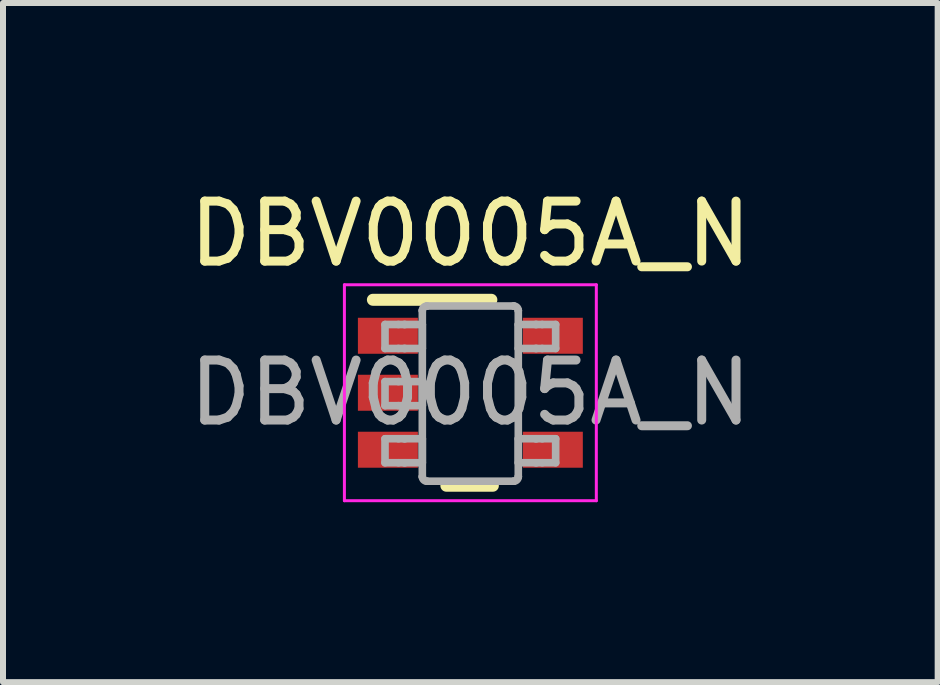
<source format=kicad_pcb>
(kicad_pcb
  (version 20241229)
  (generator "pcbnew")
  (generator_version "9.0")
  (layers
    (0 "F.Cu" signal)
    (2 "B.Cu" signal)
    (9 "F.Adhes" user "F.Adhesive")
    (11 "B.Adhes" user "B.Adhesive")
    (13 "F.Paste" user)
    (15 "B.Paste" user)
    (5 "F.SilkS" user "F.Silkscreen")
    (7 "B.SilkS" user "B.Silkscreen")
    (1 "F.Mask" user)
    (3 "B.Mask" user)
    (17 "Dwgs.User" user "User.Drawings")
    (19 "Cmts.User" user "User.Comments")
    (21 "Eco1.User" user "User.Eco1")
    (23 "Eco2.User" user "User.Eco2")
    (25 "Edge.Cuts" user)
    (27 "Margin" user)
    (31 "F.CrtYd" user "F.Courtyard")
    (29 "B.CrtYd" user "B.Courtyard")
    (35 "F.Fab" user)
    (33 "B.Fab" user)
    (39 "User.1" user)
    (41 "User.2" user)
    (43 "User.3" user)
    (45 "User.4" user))
  (footprint "DBV0005A_N"
    (layer "F.Cu")
    (at 4.792 3.498)
    (property "Reference" "DBV0005A_N" (at 0 -2.65 0) (unlocked yes) (layer "F.SilkS") (effects (font (size 1 1) (thickness 0.15))))
    (attr smd)
    (fp_line (start -1.625 -1.55) (end 0.35 -1.55) (stroke (width 0.2) (type solid)) (layer "F.SilkS"))
    (fp_line (start -0.4 1.55) (end 0.375 1.55) (stroke (width 0.2) (type solid)) (layer "F.SilkS"))
    (fp_line (start -2.1 -1.8) (end 2.1 -1.8) (stroke (width 0.05) (type solid)) (layer "F.CrtYd"))
    (fp_line (start -2.1 1.8) (end -2.1 -1.8) (stroke (width 0.05) (type solid)) (layer "F.CrtYd"))
    (fp_line (start -2.1 1.8) (end 2.1 1.8) (stroke (width 0.05) (type solid)) (layer "F.CrtYd"))
    (fp_line (start 2.1 1.8) (end 2.1 -1.8) (stroke (width 0.05) (type solid)) (layer "F.CrtYd"))
    (fp_line (start -1.423 -1.138) (end -1.199 -1.138) (stroke (width 0.127) (type solid)) (layer "F.Fab"))
    (fp_line (start -1.423 -0.738) (end -1.423 -1.138) (stroke (width 0.127) (type solid)) (layer "F.Fab"))
    (fp_line (start -1.423 -0.738) (end -1.199 -0.738) (stroke (width 0.127) (type solid)) (layer "F.Fab"))
    (fp_line (start -1.423 -0.186) (end -1.199 -0.186) (stroke (width 0.127) (type solid)) (layer "F.Fab"))
    (fp_line (start -1.423 0.215) (end -1.423 -0.186) (stroke (width 0.127) (type solid)) (layer "F.Fab"))
    (fp_line (start -1.423 0.215) (end -1.199 0.215) (stroke (width 0.127) (type solid)) (layer "F.Fab"))
    (fp_line (start -1.423 0.767) (end -1.199 0.767) (stroke (width 0.127) (type solid)) (layer "F.Fab"))
    (fp_line (start -1.423 1.167) (end -1.423 0.767) (stroke (width 0.127) (type solid)) (layer "F.Fab"))
    (fp_line (start -1.423 1.167) (end -1.199 1.167) (stroke (width 0.127) (type solid)) (layer "F.Fab"))
    (fp_line (start -1.199 -1.138) (end -1.105 -1.138) (stroke (width 0.127) (type solid)) (layer "F.Fab"))
    (fp_line (start -1.199 -0.738) (end -1.105 -0.738) (stroke (width 0.127) (type solid)) (layer "F.Fab"))
    (fp_line (start -1.199 -0.186) (end -1.105 -0.186) (stroke (width 0.127) (type solid)) (layer "F.Fab"))
    (fp_line (start -1.199 0.215) (end -1.105 0.215) (stroke (width 0.127) (type solid)) (layer "F.Fab"))
    (fp_line (start -1.199 0.767) (end -1.105 0.767) (stroke (width 0.127) (type solid)) (layer "F.Fab"))
    (fp_line (start -1.199 1.167) (end -1.105 1.167) (stroke (width 0.127) (type solid)) (layer "F.Fab"))
    (fp_line (start -1.105 -1.138) (end -1.088 -1.138) (stroke (width 0.127) (type solid)) (layer "F.Fab"))
    (fp_line (start -1.105 -0.738) (end -1.088 -0.738) (stroke (width 0.127) (type solid)) (layer "F.Fab"))
    (fp_line (start -1.105 -0.186) (end -1.088 -0.186) (stroke (width 0.127) (type solid)) (layer "F.Fab"))
    (fp_line (start -1.105 0.215) (end -1.088 0.215) (stroke (width 0.127) (type solid)) (layer "F.Fab"))
    (fp_line (start -1.105 0.767) (end -1.088 0.767) (stroke (width 0.127) (type solid)) (layer "F.Fab"))
    (fp_line (start -1.105 1.167) (end -1.088 1.167) (stroke (width 0.127) (type solid)) (layer "F.Fab"))
    (fp_line (start -1.088 -1.138) (end -0.835 -1.138) (stroke (width 0.127) (type solid)) (layer "F.Fab"))
    (fp_line (start -1.088 -0.738) (end -0.835 -0.738) (stroke (width 0.127) (type solid)) (layer "F.Fab"))
    (fp_line (start -1.088 -0.186) (end -0.835 -0.186) (stroke (width 0.127) (type solid)) (layer "F.Fab"))
    (fp_line (start -1.088 0.215) (end -0.835 0.215) (stroke (width 0.127) (type solid)) (layer "F.Fab"))
    (fp_line (start -1.088 0.767) (end -0.835 0.767) (stroke (width 0.127) (type solid)) (layer "F.Fab"))
    (fp_line (start -1.088 1.167) (end -0.835 1.167) (stroke (width 0.127) (type solid)) (layer "F.Fab"))
    (fp_line (start -0.835 -1.138) (end -0.801 -1.138) (stroke (width 0.127) (type solid)) (layer "F.Fab"))
    (fp_line (start -0.835 -0.738) (end -0.801 -0.738) (stroke (width 0.127) (type solid)) (layer "F.Fab"))
    (fp_line (start -0.835 -0.186) (end -0.801 -0.186) (stroke (width 0.127) (type solid)) (layer "F.Fab"))
    (fp_line (start -0.835 0.215) (end -0.801 0.215) (stroke (width 0.127) (type solid)) (layer "F.Fab"))
    (fp_line (start -0.835 0.767) (end -0.801 0.767) (stroke (width 0.127) (type solid)) (layer "F.Fab"))
    (fp_line (start -0.835 1.167) (end -0.801 1.167) (stroke (width 0.127) (type solid)) (layer "F.Fab"))
    (fp_line (start -0.801 -1.37) (end -0.801 -1.371) (stroke (width 0.127) (type solid)) (layer "F.Fab"))
    (fp_line (start -0.801 -0.738) (end -0.801 -1.138) (stroke (width 0.127) (type solid)) (layer "F.Fab"))
    (fp_line (start -0.801 0.215) (end -0.801 -0.186) (stroke (width 0.127) (type solid)) (layer "F.Fab"))
    (fp_line (start -0.801 1.167) (end -0.801 0.767) (stroke (width 0.127) (type solid)) (layer "F.Fab"))
    (fp_line (start -0.801 1.399) (end -0.801 -1.37) (stroke (width 0.127) (type solid)) (layer "F.Fab"))
    (fp_line (start -0.801 1.4) (end -0.801 1.399) (stroke (width 0.127) (type solid)) (layer "F.Fab"))
    (fp_line (start -0.725 -1.446) (end -0.725 -1.446) (stroke (width 0.127) (type solid)) (layer "F.Fab"))
    (fp_line (start -0.725 1.475) (end -0.725 1.475) (stroke (width 0.127) (type solid)) (layer "F.Fab"))
    (fp_line (start -0.725 -1.446) (end 0.723 -1.446) (stroke (width 0.127) (type solid)) (layer "F.Fab"))
    (fp_line (start -0.725 1.475) (end 0.723 1.475) (stroke (width 0.127) (type solid)) (layer "F.Fab"))
    (fp_line (start 0.723 -1.446) (end 0.724 -1.446) (stroke (width 0.127) (type solid)) (layer "F.Fab"))
    (fp_line (start 0.723 1.475) (end 0.724 1.475) (stroke (width 0.127) (type solid)) (layer "F.Fab"))
    (fp_line (start 0.799 -1.37) (end 0.799 -1.371) (stroke (width 0.127) (type solid)) (layer "F.Fab"))
    (fp_line (start 0.799 -1.138) (end 0.834 -1.138) (stroke (width 0.127) (type solid)) (layer "F.Fab"))
    (fp_line (start 0.799 -0.738) (end 0.799 -1.138) (stroke (width 0.127) (type solid)) (layer "F.Fab"))
    (fp_line (start 0.799 -0.738) (end 0.834 -0.738) (stroke (width 0.127) (type solid)) (layer "F.Fab"))
    (fp_line (start 0.799 0.767) (end 0.834 0.767) (stroke (width 0.127) (type solid)) (layer "F.Fab"))
    (fp_line (start 0.799 1.167) (end 0.799 0.767) (stroke (width 0.127) (type solid)) (layer "F.Fab"))
    (fp_line (start 0.799 1.167) (end 0.834 1.167) (stroke (width 0.127) (type solid)) (layer "F.Fab"))
    (fp_line (start 0.799 1.399) (end 0.799 -1.37) (stroke (width 0.127) (type solid)) (layer "F.Fab"))
    (fp_line (start 0.799 1.4) (end 0.799 1.399) (stroke (width 0.127) (type solid)) (layer "F.Fab"))
    (fp_line (start 0.834 -1.138) (end 1.087 -1.138) (stroke (width 0.127) (type solid)) (layer "F.Fab"))
    (fp_line (start 0.834 -0.738) (end 1.087 -0.738) (stroke (width 0.127) (type solid)) (layer "F.Fab"))
    (fp_line (start 0.834 0.767) (end 1.087 0.767) (stroke (width 0.127) (type solid)) (layer "F.Fab"))
    (fp_line (start 0.834 1.167) (end 1.087 1.167) (stroke (width 0.127) (type solid)) (layer "F.Fab"))
    (fp_line (start 1.087 -1.138) (end 1.103 -1.138) (stroke (width 0.127) (type solid)) (layer "F.Fab"))
    (fp_line (start 1.087 -0.738) (end 1.103 -0.738) (stroke (width 0.127) (type solid)) (layer "F.Fab"))
    (fp_line (start 1.087 0.767) (end 1.103 0.767) (stroke (width 0.127) (type solid)) (layer "F.Fab"))
    (fp_line (start 1.087 1.167) (end 1.103 1.167) (stroke (width 0.127) (type solid)) (layer "F.Fab"))
    (fp_line (start 1.103 -1.138) (end 1.198 -1.138) (stroke (width 0.127) (type solid)) (layer "F.Fab"))
    (fp_line (start 1.103 -0.738) (end 1.198 -0.738) (stroke (width 0.127) (type solid)) (layer "F.Fab"))
    (fp_line (start 1.103 0.767) (end 1.198 0.767) (stroke (width 0.127) (type solid)) (layer "F.Fab"))
    (fp_line (start 1.103 1.167) (end 1.198 1.167) (stroke (width 0.127) (type solid)) (layer "F.Fab"))
    (fp_line (start 1.198 -1.138) (end 1.422 -1.138) (stroke (width 0.127) (type solid)) (layer "F.Fab"))
    (fp_line (start 1.198 -0.738) (end 1.422 -0.738) (stroke (width 0.127) (type solid)) (layer "F.Fab"))
    (fp_line (start 1.198 0.767) (end 1.422 0.767) (stroke (width 0.127) (type solid)) (layer "F.Fab"))
    (fp_line (start 1.198 1.167) (end 1.422 1.167) (stroke (width 0.127) (type solid)) (layer "F.Fab"))
    (fp_line (start 1.422 -0.738) (end 1.422 -1.138) (stroke (width 0.127) (type solid)) (layer "F.Fab"))
    (fp_line (start 1.422 1.167) (end 1.422 0.767) (stroke (width 0.127) (type solid)) (layer "F.Fab"))
    (fp_arc (start -0.80074 -1.37084) (mid -0.778218 -1.423887) (end -0.724999 -1.445998) (stroke (width 0.127) (type solid)) (layer "F.Fab"))
    (fp_arc (start -0.724999 1.475) (mid -0.778213 1.452901) (end -0.80074 1.399867) (stroke (width 0.127) (type solid)) (layer "F.Fab"))
    (fp_arc (start 0.723714 -1.445998) (mid 0.776933 -1.423887) (end 0.799455 -1.37084) (stroke (width 0.127) (type solid)) (layer "F.Fab"))
    (fp_arc (start 0.799455 1.399868) (mid 0.776927 1.452901) (end 0.723713 1.475) (stroke (width 0.127) (type solid)) (layer "F.Fab"))
    (fp_text user "${REFERENCE}" (at 0 0 0) (unlocked yes) (layer "F.Fab") (effects (font (size 1 1) (thickness 0.15))))
    (pad "1" smd rect (at -1.375 -0.95 90) (size 0.6 1) (layers "F.Cu" "F.Mask" "F.Paste"))
    (pad "2" smd rect (at -1.375 0 90) (size 0.6 1) (layers "F.Cu" "F.Mask" "F.Paste"))
    (pad "3" smd rect (at -1.375 0.95 90) (size 0.6 1) (layers "F.Cu" "F.Mask" "F.Paste"))
    (pad "4" smd rect (at 1.375 0.95 90) (size 0.6 1) (layers "F.Cu" "F.Mask" "F.Paste"))
    (pad "5" smd rect (at 1.375 -0.95 90) (size 0.6 1) (layers "F.Cu" "F.Mask" "F.Paste")))
  (gr_rect
    (start -3 -3)
    (end 12.583 8.323)
    (stroke (width 0.1) (type default))
    (fill no)
    (layer "Edge.Cuts")))
</source>
